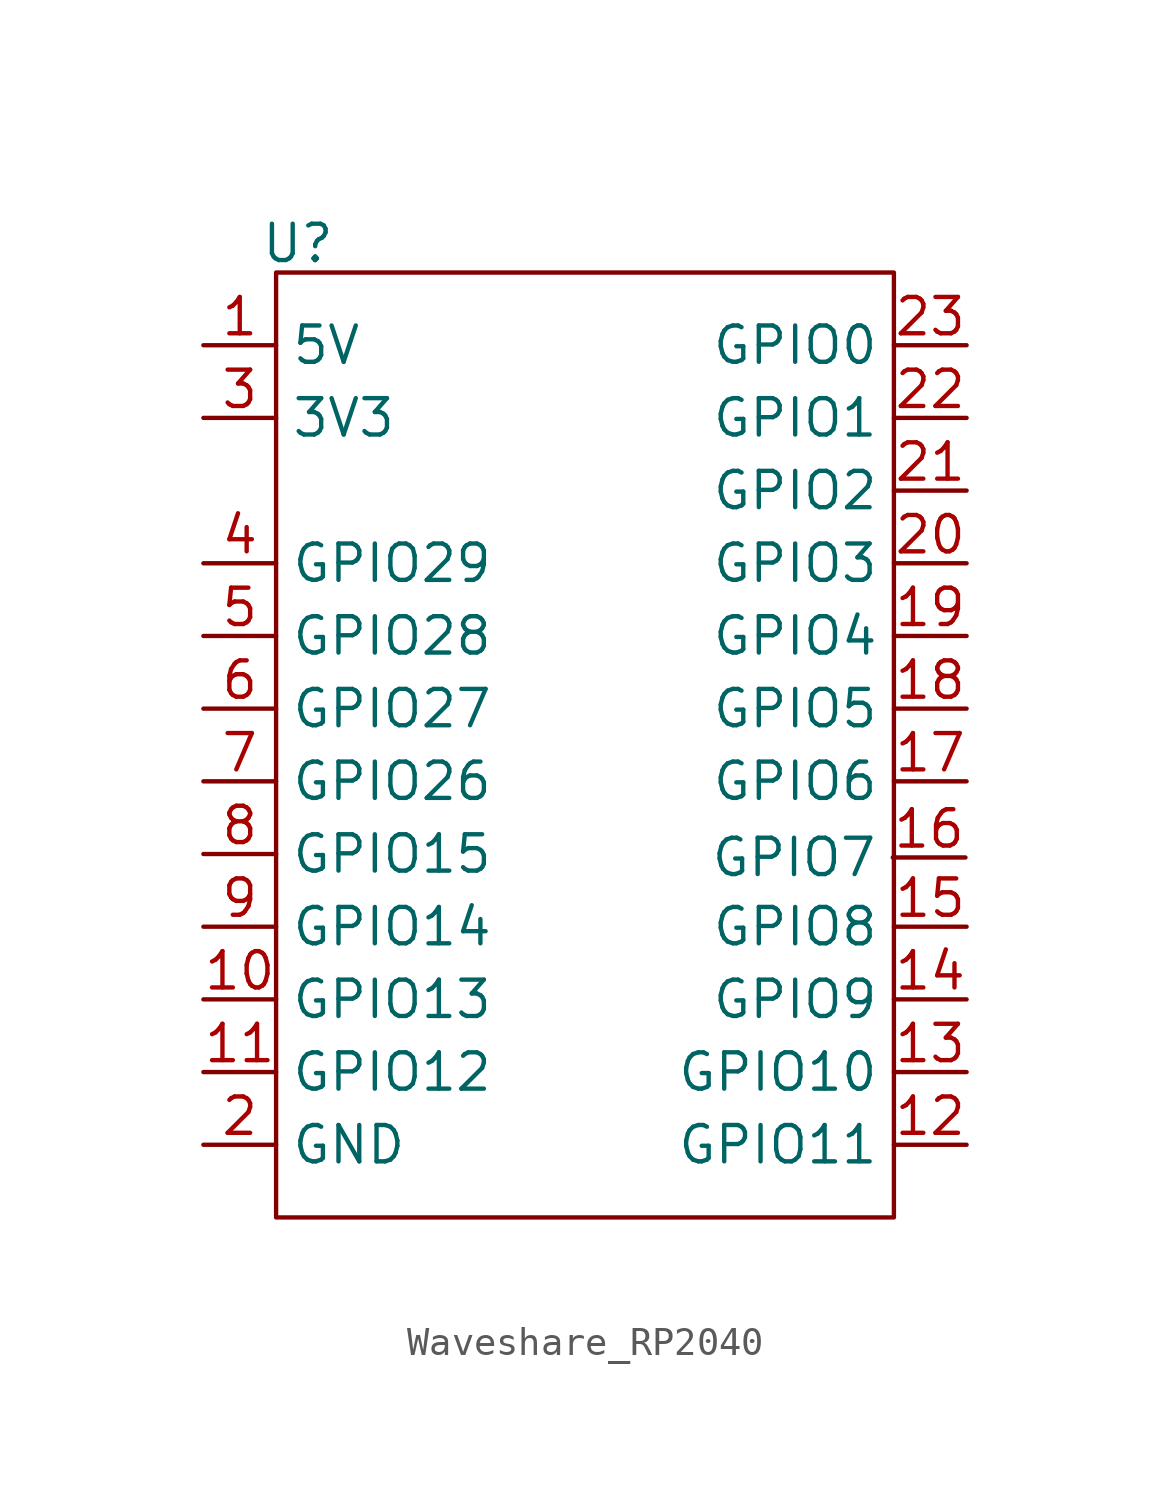
<source format=kicad_sym>
(kicad_symbol_lib
  (version 20231120)
  (generator "kicad_symbol_editor")
  (generator_version "8.0")
  (symbol "Waveshare_RP2040"
    (property "Reference" "U"
      (at -9.398 11.176 0)
      (effects (font (size 1.27 1.27))))
    (property "Value" ""
      (at 0 0 0)
      (effects (font (size 1.27 1.27))))
    (symbol "Waveshare_RP2040_0_1"
      (polyline (pts (xy -10.16 10.16) (xy -10.16 -22.86) (xy 11.43 -22.86) (xy 11.43 10.16) (xy -10.16 10.16)) (stroke (width 0) (type default)) (fill (type none))))
    (symbol "Waveshare_RP2040_1_1"
      (pin unspecified line (at -12.7 7.62 0) (length 2.54) (name "5V" (effects (font (size 1.27 1.27)))) (number "1" (effects (font (size 1.27 1.27)))))
      (pin bidirectional line (at -12.7 -15.24 0) (length 2.54) (name "GPIO13" (effects (font (size 1.27 1.27)))) (number "10" (effects (font (size 1.27 1.27)))))
      (pin bidirectional line (at -12.7 -17.78 0) (length 2.54) (name "GPIO12" (effects (font (size 1.27 1.27)))) (number "11" (effects (font (size 1.27 1.27)))))
      (pin bidirectional line (at 13.97 -20.32 180) (length 2.54) (name "GPIO11" (effects (font (size 1.27 1.27)))) (number "12" (effects (font (size 1.27 1.27)))))
      (pin bidirectional line (at 13.97 -17.78 180) (length 2.54) (name "GPIO10" (effects (font (size 1.27 1.27)))) (number "13" (effects (font (size 1.27 1.27)))))
      (pin bidirectional line (at 13.97 -15.24 180) (length 2.54) (name "GPIO9" (effects (font (size 1.27 1.27)))) (number "14" (effects (font (size 1.27 1.27)))))
      (pin bidirectional line (at 13.97 -12.7 180) (length 2.54) (name "GPIO8" (effects (font (size 1.27 1.27)))) (number "15" (effects (font (size 1.27 1.27)))))
      (pin bidirectional line (at 13.93 -10.281 180) (length 2.54) (name "GPIO7" (effects (font (size 1.27 1.27)))) (number "16" (effects (font (size 1.27 1.27)))))
      (pin bidirectional line (at 13.97 -7.62 180) (length 2.54) (name "GPIO6" (effects (font (size 1.27 1.27)))) (number "17" (effects (font (size 1.27 1.27)))))
      (pin bidirectional line (at 13.97 -5.08 180) (length 2.54) (name "GPIO5" (effects (font (size 1.27 1.27)))) (number "18" (effects (font (size 1.27 1.27)))))
      (pin bidirectional line (at 13.97 -2.54 180) (length 2.54) (name "GPIO4" (effects (font (size 1.27 1.27)))) (number "19" (effects (font (size 1.27 1.27)))))
      (pin power_in line (at -12.7 -20.32 0) (length 2.54) (name "GND" (effects (font (size 1.27 1.27)))) (number "2" (effects (font (size 1.27 1.27)))))
      (pin bidirectional line (at 13.97 0 180) (length 2.54) (name "GPIO3" (effects (font (size 1.27 1.27)))) (number "20" (effects (font (size 1.27 1.27)))))
      (pin bidirectional line (at 13.97 2.54 180) (length 2.54) (name "GPIO2" (effects (font (size 1.27 1.27)))) (number "21" (effects (font (size 1.27 1.27)))))
      (pin bidirectional line (at 13.97 5.08 180) (length 2.54) (name "GPIO1" (effects (font (size 1.27 1.27)))) (number "22" (effects (font (size 1.27 1.27)))))
      (pin bidirectional line (at 13.97 7.62 180) (length 2.54) (name "GPIO0" (effects (font (size 1.27 1.27)))) (number "23" (effects (font (size 1.27 1.27)))))
      (pin unspecified line (at -12.7 5.08 0) (length 2.54) (name "3V3" (effects (font (size 1.27 1.27)))) (number "3" (effects (font (size 1.27 1.27)))))
      (pin bidirectional line (at -12.7 0 0) (length 2.54) (name "GPIO29" (effects (font (size 1.27 1.27)))) (number "4" (effects (font (size 1.27 1.27)))))
      (pin bidirectional line (at -12.7 -2.54 0) (length 2.54) (name "GPIO28" (effects (font (size 1.27 1.27)))) (number "5" (effects (font (size 1.27 1.27)))))
      (pin bidirectional line (at -12.7 -5.08 0) (length 2.54) (name "GPIO27" (effects (font (size 1.27 1.27)))) (number "6" (effects (font (size 1.27 1.27)))))
      (pin bidirectional line (at -12.7 -7.62 0) (length 2.54) (name "GPIO26" (effects (font (size 1.27 1.27)))) (number "7" (effects (font (size 1.27 1.27)))))
      (pin bidirectional line (at -12.7 -10.16 0) (length 2.54) (name "GPIO15" (effects (font (size 1.27 1.27)))) (number "8" (effects (font (size 1.27 1.27)))))
      (pin bidirectional line (at -12.7 -12.7 0) (length 2.54) (name "GPIO14" (effects (font (size 1.27 1.27)))) (number "9" (effects (font (size 1.27 1.27))))))))
</source>
